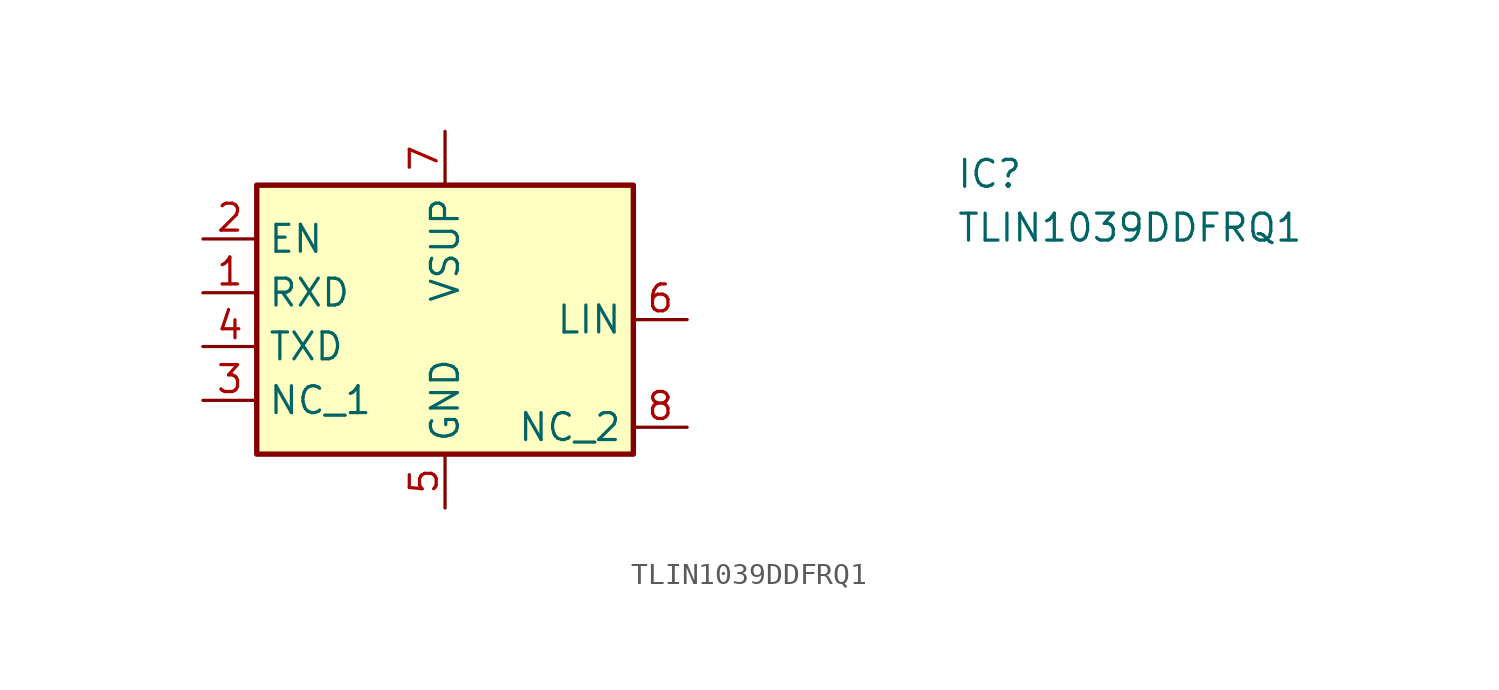
<source format=kicad_sym>
(kicad_symbol_lib
  (version 20220914)
  (generator kicad_symbol_editor)
  (symbol "TLIN1039DDFRQ1"
    (property "Reference" "IC"
      (at 24.13 7.62 0)
      (effects (font (size 1.27 1.27)) (justify left top)))
    (property "Value" "TLIN1039DDFRQ1"
      (at 24.13 5.08 0)
      (effects (font (size 1.27 1.27)) (justify left top)))
    (symbol "TLIN1039DDFRQ1_1_1"
      (rectangle (start -8.89 6.35) (end 8.89 -6.35) (stroke (width 0.254) (type default)) (fill (type background)))
      (pin passive line (at -11.43 1.27 0) (length 2.54) (name "RXD" (effects (font (size 1.27 1.27)))) (number "1" (effects (font (size 1.27 1.27)))))
      (pin passive line (at -11.43 3.81 0) (length 2.54) (name "EN" (effects (font (size 1.27 1.27)))) (number "2" (effects (font (size 1.27 1.27)))))
      (pin passive line (at -11.43 -3.81 0) (length 2.54) (name "NC_1" (effects (font (size 1.27 1.27)))) (number "3" (effects (font (size 1.27 1.27)))))
      (pin passive line (at -11.43 -1.27 0) (length 2.54) (name "TXD" (effects (font (size 1.27 1.27)))) (number "4" (effects (font (size 1.27 1.27)))))
      (pin passive line (at 0 -8.89 90) (length 2.54) (name "GND" (effects (font (size 1.27 1.27)))) (number "5" (effects (font (size 1.27 1.27)))))
      (pin passive line (at 11.43 0 180) (length 2.54) (name "LIN" (effects (font (size 1.27 1.27)))) (number "6" (effects (font (size 1.27 1.27)))))
      (pin passive line (at 0 8.89 270) (length 2.54) (name "VSUP" (effects (font (size 1.27 1.27)))) (number "7" (effects (font (size 1.27 1.27)))))
      (pin passive line (at 11.43 -5.08 180) (length 2.54) (name "NC_2" (effects (font (size 1.27 1.27)))) (number "8" (effects (font (size 1.27 1.27))))))))
</source>
